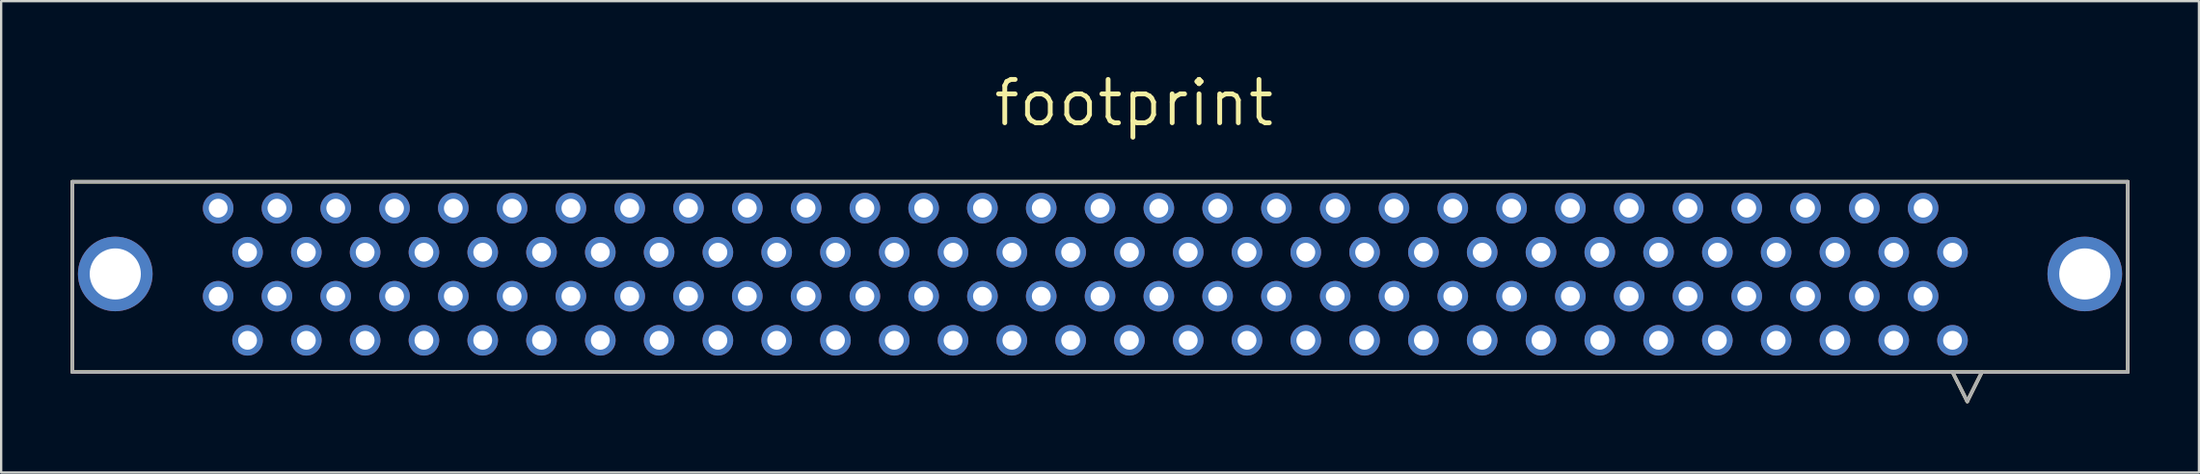
<source format=kicad_pcb>
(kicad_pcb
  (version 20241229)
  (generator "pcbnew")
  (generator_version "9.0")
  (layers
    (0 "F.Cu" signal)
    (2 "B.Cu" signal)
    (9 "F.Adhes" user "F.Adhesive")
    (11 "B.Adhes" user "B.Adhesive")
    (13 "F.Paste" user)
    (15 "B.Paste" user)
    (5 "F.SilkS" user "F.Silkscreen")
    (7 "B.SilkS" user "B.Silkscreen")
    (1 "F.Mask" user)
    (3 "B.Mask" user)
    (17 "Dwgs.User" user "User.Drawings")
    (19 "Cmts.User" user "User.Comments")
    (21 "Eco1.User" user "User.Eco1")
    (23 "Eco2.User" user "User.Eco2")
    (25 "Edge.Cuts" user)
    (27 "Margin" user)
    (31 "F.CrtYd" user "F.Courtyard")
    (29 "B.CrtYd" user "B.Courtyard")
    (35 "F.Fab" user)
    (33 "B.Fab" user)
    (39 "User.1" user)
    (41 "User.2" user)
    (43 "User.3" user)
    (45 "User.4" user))
  (footprint "footprint"
    (layer "F.Cu")
    (at 44.475 4.811)
    (property "Reference" "footprint" (at -4.699 -2.311 0) (layer "F.SilkS") (effects (font (size 1.875 1.875) (thickness 0.208)) (justify left bottom)))
    (fp_line (start -44.399 0) (end -44.399 8.23) (stroke (width 0.152) (type solid)) (layer "F.SilkS"))
    (fp_line (start -44.399 8.23) (end 44.399 8.23) (stroke (width 0.152) (type solid)) (layer "F.SilkS"))
    (fp_line (start 36.83 8.23) (end 37.465 9.5) (stroke (width 0.152) (type solid)) (layer "F.SilkS"))
    (fp_line (start 38.1 8.23) (end 37.465 9.5) (stroke (width 0.152) (type solid)) (layer "F.SilkS"))
    (fp_line (start 44.399 0) (end -44.399 0) (stroke (width 0.152) (type solid)) (layer "F.SilkS"))
    (fp_line (start 44.399 8.23) (end 44.399 0) (stroke (width 0.152) (type solid)) (layer "F.SilkS"))
    (fp_line (start -44.399 0) (end -44.399 8.23) (stroke (width 0.152) (type solid)) (layer "F.Fab"))
    (fp_line (start -44.399 8.23) (end 44.399 8.23) (stroke (width 0.152) (type solid)) (layer "F.Fab"))
    (fp_line (start 36.83 8.23) (end 37.465 9.5) (stroke (width 0.152) (type solid)) (layer "F.Fab"))
    (fp_line (start 38.1 8.23) (end 37.465 9.5) (stroke (width 0.152) (type solid)) (layer "F.Fab"))
    (fp_line (start 44.399 0) (end -44.399 0) (stroke (width 0.152) (type solid)) (layer "F.Fab"))
    (fp_line (start 44.399 8.23) (end 44.399 0) (stroke (width 0.152) (type solid)) (layer "F.Fab"))
    (pad "1" thru_hole circle (at 36.83 6.858) (size 1.321 1.321) (drill 0.813) (layers "*.Cu" "*.Mask"))
    (pad "2" thru_hole circle (at 35.56 4.953) (size 1.321 1.321) (drill 0.813) (layers "*.Cu" "*.Mask"))
    (pad "3" thru_hole circle (at 34.29 6.858) (size 1.321 1.321) (drill 0.813) (layers "*.Cu" "*.Mask"))
    (pad "4" thru_hole circle (at 33.02 4.953) (size 1.321 1.321) (drill 0.813) (layers "*.Cu" "*.Mask"))
    (pad "5" thru_hole circle (at 31.75 6.858) (size 1.321 1.321) (drill 0.813) (layers "*.Cu" "*.Mask"))
    (pad "6" thru_hole circle (at 30.48 4.953) (size 1.321 1.321) (drill 0.813) (layers "*.Cu" "*.Mask"))
    (pad "7" thru_hole circle (at 29.21 6.858) (size 1.321 1.321) (drill 0.813) (layers "*.Cu" "*.Mask"))
    (pad "8" thru_hole circle (at 27.94 4.953) (size 1.321 1.321) (drill 0.813) (layers "*.Cu" "*.Mask"))
    (pad "9" thru_hole circle (at 26.67 6.858) (size 1.321 1.321) (drill 0.813) (layers "*.Cu" "*.Mask"))
    (pad "10" thru_hole circle (at 25.4 4.953) (size 1.321 1.321) (drill 0.813) (layers "*.Cu" "*.Mask"))
    (pad "11" thru_hole circle (at 24.13 6.858) (size 1.321 1.321) (drill 0.813) (layers "*.Cu" "*.Mask"))
    (pad "12" thru_hole circle (at 22.86 4.953) (size 1.321 1.321) (drill 0.813) (layers "*.Cu" "*.Mask"))
    (pad "13" thru_hole circle (at 21.59 6.858) (size 1.321 1.321) (drill 0.813) (layers "*.Cu" "*.Mask"))
    (pad "14" thru_hole circle (at 20.32 4.953) (size 1.321 1.321) (drill 0.813) (layers "*.Cu" "*.Mask"))
    (pad "15" thru_hole circle (at 19.05 6.858) (size 1.321 1.321) (drill 0.813) (layers "*.Cu" "*.Mask"))
    (pad "16" thru_hole circle (at 17.78 4.953) (size 1.321 1.321) (drill 0.813) (layers "*.Cu" "*.Mask"))
    (pad "17" thru_hole circle (at 16.51 6.858) (size 1.321 1.321) (drill 0.813) (layers "*.Cu" "*.Mask"))
    (pad "18" thru_hole circle (at 15.24 4.953) (size 1.321 1.321) (drill 0.813) (layers "*.Cu" "*.Mask"))
    (pad "19" thru_hole circle (at 13.97 6.858) (size 1.321 1.321) (drill 0.813) (layers "*.Cu" "*.Mask"))
    (pad "20" thru_hole circle (at 12.7 4.953) (size 1.321 1.321) (drill 0.813) (layers "*.Cu" "*.Mask"))
    (pad "21" thru_hole circle (at 11.43 6.858) (size 1.321 1.321) (drill 0.813) (layers "*.Cu" "*.Mask"))
    (pad "22" thru_hole circle (at 10.16 4.953) (size 1.321 1.321) (drill 0.813) (layers "*.Cu" "*.Mask"))
    (pad "23" thru_hole circle (at 8.89 6.858) (size 1.321 1.321) (drill 0.813) (layers "*.Cu" "*.Mask"))
    (pad "24" thru_hole circle (at 7.62 4.953) (size 1.321 1.321) (drill 0.813) (layers "*.Cu" "*.Mask"))
    (pad "25" thru_hole circle (at 6.35 6.858) (size 1.321 1.321) (drill 0.813) (layers "*.Cu" "*.Mask"))
    (pad "26" thru_hole circle (at 5.08 4.953) (size 1.321 1.321) (drill 0.813) (layers "*.Cu" "*.Mask"))
    (pad "27" thru_hole circle (at 3.81 6.858) (size 1.321 1.321) (drill 0.813) (layers "*.Cu" "*.Mask"))
    (pad "28" thru_hole circle (at 2.54 4.953) (size 1.321 1.321) (drill 0.813) (layers "*.Cu" "*.Mask"))
    (pad "29" thru_hole circle (at 1.27 6.858) (size 1.321 1.321) (drill 0.813) (layers "*.Cu" "*.Mask"))
    (pad "30" thru_hole circle (at 0 4.953) (size 1.321 1.321) (drill 0.813) (layers "*.Cu" "*.Mask"))
    (pad "31" thru_hole circle (at -1.27 6.858) (size 1.321 1.321) (drill 0.813) (layers "*.Cu" "*.Mask"))
    (pad "32" thru_hole circle (at -2.54 4.953) (size 1.321 1.321) (drill 0.813) (layers "*.Cu" "*.Mask"))
    (pad "33" thru_hole circle (at -3.81 6.858) (size 1.321 1.321) (drill 0.813) (layers "*.Cu" "*.Mask"))
    (pad "34" thru_hole circle (at -5.08 4.953) (size 1.321 1.321) (drill 0.813) (layers "*.Cu" "*.Mask"))
    (pad "35" thru_hole circle (at -6.35 6.858) (size 1.321 1.321) (drill 0.813) (layers "*.Cu" "*.Mask"))
    (pad "36" thru_hole circle (at -7.62 4.953) (size 1.321 1.321) (drill 0.813) (layers "*.Cu" "*.Mask"))
    (pad "37" thru_hole circle (at -8.89 6.858) (size 1.321 1.321) (drill 0.813) (layers "*.Cu" "*.Mask"))
    (pad "38" thru_hole circle (at -10.16 4.953) (size 1.321 1.321) (drill 0.813) (layers "*.Cu" "*.Mask"))
    (pad "39" thru_hole circle (at -11.43 6.858) (size 1.321 1.321) (drill 0.813) (layers "*.Cu" "*.Mask"))
    (pad "40" thru_hole circle (at -12.7 4.953) (size 1.321 1.321) (drill 0.813) (layers "*.Cu" "*.Mask"))
    (pad "41" thru_hole circle (at -13.97 6.858) (size 1.321 1.321) (drill 0.813) (layers "*.Cu" "*.Mask"))
    (pad "42" thru_hole circle (at -15.24 4.953) (size 1.321 1.321) (drill 0.813) (layers "*.Cu" "*.Mask"))
    (pad "43" thru_hole circle (at -16.51 6.858) (size 1.321 1.321) (drill 0.813) (layers "*.Cu" "*.Mask"))
    (pad "44" thru_hole circle (at -17.78 4.953) (size 1.321 1.321) (drill 0.813) (layers "*.Cu" "*.Mask"))
    (pad "45" thru_hole circle (at -19.05 6.858) (size 1.321 1.321) (drill 0.813) (layers "*.Cu" "*.Mask"))
    (pad "46" thru_hole circle (at -20.32 4.953) (size 1.321 1.321) (drill 0.813) (layers "*.Cu" "*.Mask"))
    (pad "47" thru_hole circle (at -21.59 6.858) (size 1.321 1.321) (drill 0.813) (layers "*.Cu" "*.Mask"))
    (pad "48" thru_hole circle (at -22.86 4.953) (size 1.321 1.321) (drill 0.813) (layers "*.Cu" "*.Mask"))
    (pad "49" thru_hole circle (at -24.13 6.858) (size 1.321 1.321) (drill 0.813) (layers "*.Cu" "*.Mask"))
    (pad "50" thru_hole circle (at -25.4 4.953) (size 1.321 1.321) (drill 0.813) (layers "*.Cu" "*.Mask"))
    (pad "51" thru_hole circle (at -26.67 6.858) (size 1.321 1.321) (drill 0.813) (layers "*.Cu" "*.Mask"))
    (pad "52" thru_hole circle (at -27.94 4.953) (size 1.321 1.321) (drill 0.813) (layers "*.Cu" "*.Mask"))
    (pad "53" thru_hole circle (at -29.21 6.858) (size 1.321 1.321) (drill 0.813) (layers "*.Cu" "*.Mask"))
    (pad "54" thru_hole circle (at -30.48 4.953) (size 1.321 1.321) (drill 0.813) (layers "*.Cu" "*.Mask"))
    (pad "55" thru_hole circle (at -31.75 6.858) (size 1.321 1.321) (drill 0.813) (layers "*.Cu" "*.Mask"))
    (pad "56" thru_hole circle (at -33.02 4.953) (size 1.321 1.321) (drill 0.813) (layers "*.Cu" "*.Mask"))
    (pad "57" thru_hole circle (at -34.29 6.858) (size 1.321 1.321) (drill 0.813) (layers "*.Cu" "*.Mask"))
    (pad "58" thru_hole circle (at -35.56 4.953) (size 1.321 1.321) (drill 0.813) (layers "*.Cu" "*.Mask"))
    (pad "59" thru_hole circle (at -36.83 6.858) (size 1.321 1.321) (drill 0.813) (layers "*.Cu" "*.Mask"))
    (pad "60" thru_hole circle (at -38.1 4.953) (size 1.321 1.321) (drill 0.813) (layers "*.Cu" "*.Mask"))
    (pad "61" thru_hole circle (at 36.83 3.048) (size 1.321 1.321) (drill 0.813) (layers "*.Cu" "*.Mask"))
    (pad "62" thru_hole circle (at 35.56 1.143) (size 1.321 1.321) (drill 0.813) (layers "*.Cu" "*.Mask"))
    (pad "63" thru_hole circle (at 34.29 3.048) (size 1.321 1.321) (drill 0.813) (layers "*.Cu" "*.Mask"))
    (pad "64" thru_hole circle (at 33.02 1.143) (size 1.321 1.321) (drill 0.813) (layers "*.Cu" "*.Mask"))
    (pad "65" thru_hole circle (at 31.75 3.048) (size 1.321 1.321) (drill 0.813) (layers "*.Cu" "*.Mask"))
    (pad "66" thru_hole circle (at 30.48 1.143) (size 1.321 1.321) (drill 0.813) (layers "*.Cu" "*.Mask"))
    (pad "67" thru_hole circle (at 29.21 3.048) (size 1.321 1.321) (drill 0.813) (layers "*.Cu" "*.Mask"))
    (pad "68" thru_hole circle (at 27.94 1.143) (size 1.321 1.321) (drill 0.813) (layers "*.Cu" "*.Mask"))
    (pad "69" thru_hole circle (at 26.67 3.048) (size 1.321 1.321) (drill 0.813) (layers "*.Cu" "*.Mask"))
    (pad "70" thru_hole circle (at 25.4 1.143) (size 1.321 1.321) (drill 0.813) (layers "*.Cu" "*.Mask"))
    (pad "71" thru_hole circle (at 24.13 3.048) (size 1.321 1.321) (drill 0.813) (layers "*.Cu" "*.Mask"))
    (pad "72" thru_hole circle (at 22.86 1.143) (size 1.321 1.321) (drill 0.813) (layers "*.Cu" "*.Mask"))
    (pad "73" thru_hole circle (at 21.59 3.048) (size 1.321 1.321) (drill 0.813) (layers "*.Cu" "*.Mask"))
    (pad "74" thru_hole circle (at 20.32 1.143) (size 1.321 1.321) (drill 0.813) (layers "*.Cu" "*.Mask"))
    (pad "75" thru_hole circle (at 19.05 3.048) (size 1.321 1.321) (drill 0.813) (layers "*.Cu" "*.Mask"))
    (pad "76" thru_hole circle (at 17.78 1.143) (size 1.321 1.321) (drill 0.813) (layers "*.Cu" "*.Mask"))
    (pad "77" thru_hole circle (at 16.51 3.048) (size 1.321 1.321) (drill 0.813) (layers "*.Cu" "*.Mask"))
    (pad "78" thru_hole circle (at 15.24 1.143) (size 1.321 1.321) (drill 0.813) (layers "*.Cu" "*.Mask"))
    (pad "79" thru_hole circle (at 13.97 3.048) (size 1.321 1.321) (drill 0.813) (layers "*.Cu" "*.Mask"))
    (pad "80" thru_hole circle (at 12.7 1.143) (size 1.321 1.321) (drill 0.813) (layers "*.Cu" "*.Mask"))
    (pad "81" thru_hole circle (at 11.43 3.048) (size 1.321 1.321) (drill 0.813) (layers "*.Cu" "*.Mask"))
    (pad "82" thru_hole circle (at 10.16 1.143) (size 1.321 1.321) (drill 0.813) (layers "*.Cu" "*.Mask"))
    (pad "83" thru_hole circle (at 8.89 3.048) (size 1.321 1.321) (drill 0.813) (layers "*.Cu" "*.Mask"))
    (pad "84" thru_hole circle (at 7.62 1.143) (size 1.321 1.321) (drill 0.813) (layers "*.Cu" "*.Mask"))
    (pad "85" thru_hole circle (at 6.35 3.048) (size 1.321 1.321) (drill 0.813) (layers "*.Cu" "*.Mask"))
    (pad "86" thru_hole circle (at 5.08 1.143) (size 1.321 1.321) (drill 0.813) (layers "*.Cu" "*.Mask"))
    (pad "87" thru_hole circle (at 3.81 3.048) (size 1.321 1.321) (drill 0.813) (layers "*.Cu" "*.Mask"))
    (pad "88" thru_hole circle (at 2.54 1.143) (size 1.321 1.321) (drill 0.813) (layers "*.Cu" "*.Mask"))
    (pad "89" thru_hole circle (at 1.27 3.048) (size 1.321 1.321) (drill 0.813) (layers "*.Cu" "*.Mask"))
    (pad "90" thru_hole circle (at 0 1.143) (size 1.321 1.321) (drill 0.813) (layers "*.Cu" "*.Mask"))
    (pad "91" thru_hole circle (at -1.27 3.048) (size 1.321 1.321) (drill 0.813) (layers "*.Cu" "*.Mask"))
    (pad "92" thru_hole circle (at -2.54 1.143) (size 1.321 1.321) (drill 0.813) (layers "*.Cu" "*.Mask"))
    (pad "93" thru_hole circle (at -3.81 3.048) (size 1.321 1.321) (drill 0.813) (layers "*.Cu" "*.Mask"))
    (pad "94" thru_hole circle (at -5.08 1.143) (size 1.321 1.321) (drill 0.813) (layers "*.Cu" "*.Mask"))
    (pad "95" thru_hole circle (at -6.35 3.048) (size 1.321 1.321) (drill 0.813) (layers "*.Cu" "*.Mask"))
    (pad "96" thru_hole circle (at -7.62 1.143) (size 1.321 1.321) (drill 0.813) (layers "*.Cu" "*.Mask"))
    (pad "97" thru_hole circle (at -8.89 3.048) (size 1.321 1.321) (drill 0.813) (layers "*.Cu" "*.Mask"))
    (pad "98" thru_hole circle (at -10.16 1.143) (size 1.321 1.321) (drill 0.813) (layers "*.Cu" "*.Mask"))
    (pad "99" thru_hole circle (at -11.43 3.048) (size 1.321 1.321) (drill 0.813) (layers "*.Cu" "*.Mask"))
    (pad "100" thru_hole circle (at -12.7 1.143) (size 1.321 1.321) (drill 0.813) (layers "*.Cu" "*.Mask"))
    (pad "101" thru_hole circle (at -13.97 3.048) (size 1.321 1.321) (drill 0.813) (layers "*.Cu" "*.Mask"))
    (pad "102" thru_hole circle (at -15.24 1.143) (size 1.321 1.321) (drill 0.813) (layers "*.Cu" "*.Mask"))
    (pad "103" thru_hole circle (at -16.51 3.048) (size 1.321 1.321) (drill 0.813) (layers "*.Cu" "*.Mask"))
    (pad "104" thru_hole circle (at -17.78 1.143) (size 1.321 1.321) (drill 0.813) (layers "*.Cu" "*.Mask"))
    (pad "105" thru_hole circle (at -19.05 3.048) (size 1.321 1.321) (drill 0.813) (layers "*.Cu" "*.Mask"))
    (pad "106" thru_hole circle (at -20.32 1.143) (size 1.321 1.321) (drill 0.813) (layers "*.Cu" "*.Mask"))
    (pad "107" thru_hole circle (at -21.59 3.048) (size 1.321 1.321) (drill 0.813) (layers "*.Cu" "*.Mask"))
    (pad "108" thru_hole circle (at -22.86 1.143) (size 1.321 1.321) (drill 0.813) (layers "*.Cu" "*.Mask"))
    (pad "109" thru_hole circle (at -24.13 3.048) (size 1.321 1.321) (drill 0.813) (layers "*.Cu" "*.Mask"))
    (pad "110" thru_hole circle (at -25.4 1.143) (size 1.321 1.321) (drill 0.813) (layers "*.Cu" "*.Mask"))
    (pad "111" thru_hole circle (at -26.67 3.048) (size 1.321 1.321) (drill 0.813) (layers "*.Cu" "*.Mask"))
    (pad "112" thru_hole circle (at -27.94 1.143) (size 1.321 1.321) (drill 0.813) (layers "*.Cu" "*.Mask"))
    (pad "113" thru_hole circle (at -29.21 3.048) (size 1.321 1.321) (drill 0.813) (layers "*.Cu" "*.Mask"))
    (pad "114" thru_hole circle (at -30.48 1.143) (size 1.321 1.321) (drill 0.813) (layers "*.Cu" "*.Mask"))
    (pad "115" thru_hole circle (at -31.75 3.048) (size 1.321 1.321) (drill 0.813) (layers "*.Cu" "*.Mask"))
    (pad "116" thru_hole circle (at -33.02 1.143) (size 1.321 1.321) (drill 0.813) (layers "*.Cu" "*.Mask"))
    (pad "117" thru_hole circle (at -34.29 3.048) (size 1.321 1.321) (drill 0.813) (layers "*.Cu" "*.Mask"))
    (pad "118" thru_hole circle (at -35.56 1.143) (size 1.321 1.321) (drill 0.813) (layers "*.Cu" "*.Mask"))
    (pad "119" thru_hole circle (at -36.83 3.048) (size 1.321 1.321) (drill 0.813) (layers "*.Cu" "*.Mask"))
    (pad "120" thru_hole circle (at -38.1 1.143) (size 1.321 1.321) (drill 0.813) (layers "*.Cu" "*.Mask"))
    (pad "121" thru_hole circle (at -42.545 3.988) (size 3.226 3.226) (drill 2.21) (layers "*.Cu" "*.Mask"))
    (pad "122" thru_hole circle (at 42.545 3.988) (size 3.226 3.226) (drill 2.21) (layers "*.Cu" "*.Mask")))
  (gr_rect
    (start -3 -3)
    (end 91.951 17.387)
    (stroke (width 0.1) (type default))
    (fill no)
    (layer "Edge.Cuts")))
</source>
